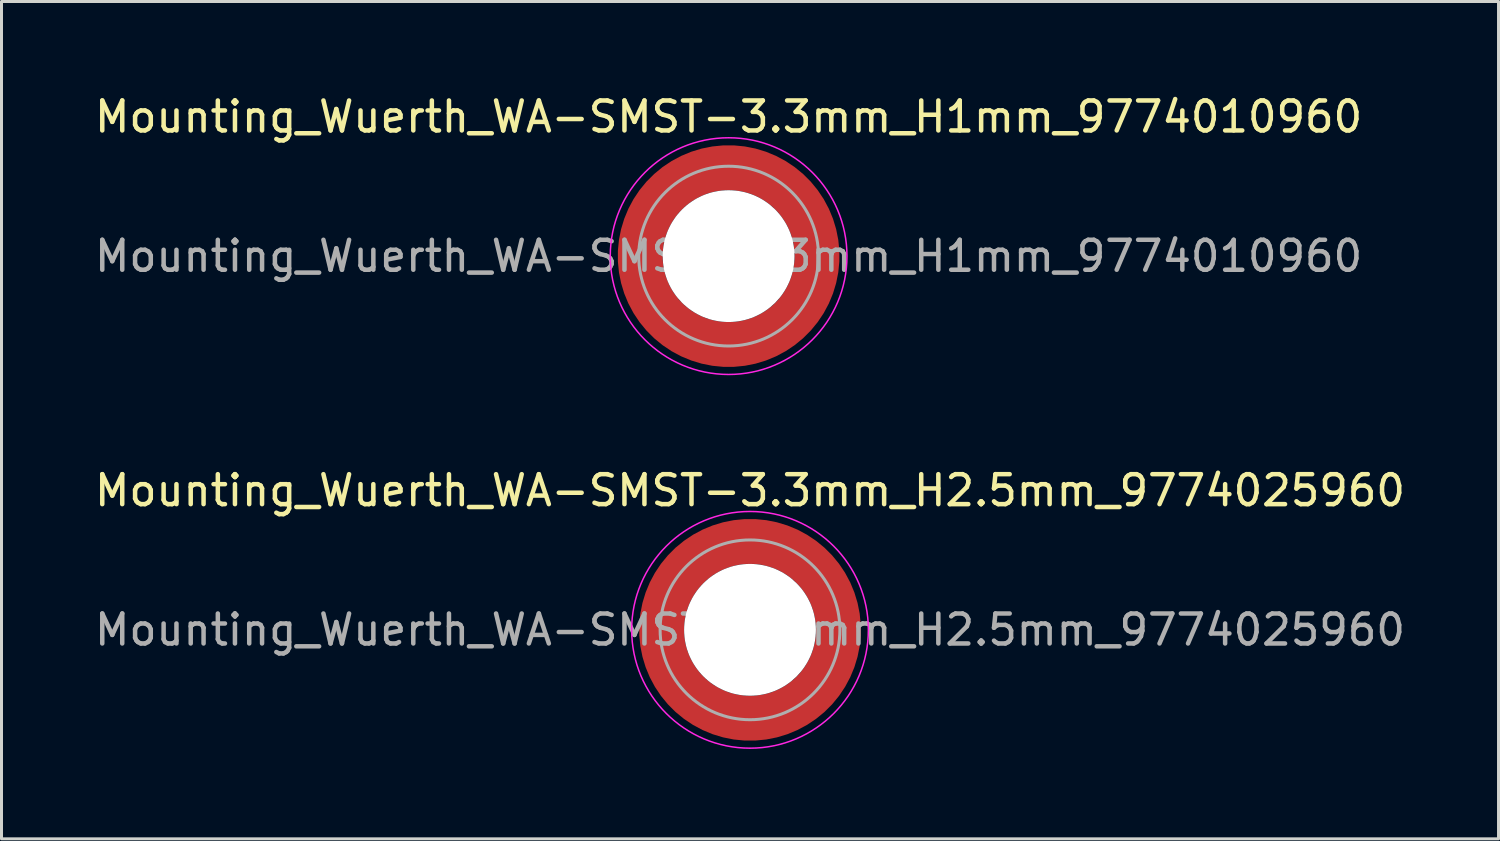
<source format=kicad_pcb>
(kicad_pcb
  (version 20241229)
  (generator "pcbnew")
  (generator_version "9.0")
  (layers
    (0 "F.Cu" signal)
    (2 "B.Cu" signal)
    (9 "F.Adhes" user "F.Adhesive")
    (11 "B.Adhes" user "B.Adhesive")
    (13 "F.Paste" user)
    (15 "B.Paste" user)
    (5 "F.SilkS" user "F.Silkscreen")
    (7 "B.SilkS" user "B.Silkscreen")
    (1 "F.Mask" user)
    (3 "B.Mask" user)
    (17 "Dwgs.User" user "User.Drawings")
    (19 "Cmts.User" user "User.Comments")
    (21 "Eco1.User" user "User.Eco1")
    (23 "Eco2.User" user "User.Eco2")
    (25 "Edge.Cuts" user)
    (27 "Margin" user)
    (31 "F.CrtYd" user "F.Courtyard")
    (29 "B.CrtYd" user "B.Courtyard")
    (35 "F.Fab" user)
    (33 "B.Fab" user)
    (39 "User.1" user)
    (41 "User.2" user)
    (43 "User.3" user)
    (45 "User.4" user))
  (footprint "Mounting_Wuerth_WA-SMST-3.3mm_H1mm_9774010960"
    (layer "F.Cu")
    (at 21.268 5.498)
    (property "Reference" "Mounting_Wuerth_WA-SMST-3.3mm_H1mm_9774010960" (at 0 -4.65 0) (layer "F.SilkS") (effects (font (size 1 1) (thickness 0.15))))
    (attr smd allow_soldermask_bridges)
    (fp_circle (center 0 0) (end 3.95 0) (stroke (width 0.05) (type solid)) (fill no) (layer "F.CrtYd"))
    (fp_circle (center 0 0) (end 3 0) (stroke (width 0.1) (type solid)) (fill no) (layer "F.Fab"))
    (fp_text user "${REFERENCE}" (at 0 0 0) (layer "F.Fab") (effects (font (size 1 1) (thickness 0.15))))
    (pad "" smd custom (at -2.058 -2.058) (size 0.55 0.55) (layers "F.Paste") (options (anchor circle)) (primitives (gr_arc (start -0.377294 1.707681) (mid 0.318198 0.318198) (end 1.707681 -0.377294) (width 0.2)) (gr_arc (start -0.478281 1.707681) (mid 0.247487 0.247487) (end 1.707681 -0.478281) (width 0.2)) (gr_arc (start -0.579192 1.707681) (mid 0.176777 0.176777) (end 1.707681 -0.579192) (width 0.2)) (gr_arc (start -0.680037 1.707681) (mid 0.106066 0.106066) (end 1.707681 -0.680037) (width 0.2)) (gr_arc (start -0.780822 1.707681) (mid 0.035355 0.035355) (end 1.707681 -0.780822) (width 0.2)) (gr_arc (start -0.881554 1.707681) (mid -0.035355 -0.035355) (end 1.707681 -0.881554) (width 0.2)) (gr_arc (start -0.982237 1.707681) (mid -0.106066 -0.106066) (end 1.707681 -0.982237) (width 0.2)) (gr_arc (start -1.082877 1.707681) (mid -0.176777 -0.176777) (end 1.707681 -1.082877) (width 0.2)) (gr_arc (start -1.183476 1.707681) (mid -0.247487 -0.247487) (end 1.707681 -1.183476) (width 0.2)) (gr_arc (start -1.28404 1.707681) (mid -0.318198 -0.318198) (end 1.707681 -1.28404) (width 0.2)) (gr_line (start 1.708 -0.377) (end 1.708 -1.284) (width 0.2)) (gr_line (start -0.377 1.708) (end -1.284 1.708) (width 0.2))))
    (pad "" smd custom (at -2.058 2.058) (size 0.55 0.55) (layers "F.Paste") (options (anchor circle)) (primitives (gr_arc (start 1.707681 0.377294) (mid 0.318198 -0.318198) (end -0.377294 -1.707681) (width 0.2)) (gr_arc (start 1.707681 0.478281) (mid 0.247487 -0.247487) (end -0.478281 -1.707681) (width 0.2)) (gr_arc (start 1.707681 0.579192) (mid 0.176777 -0.176777) (end -0.579192 -1.707681) (width 0.2)) (gr_arc (start 1.707681 0.680037) (mid 0.106066 -0.106066) (end -0.680037 -1.707681) (width 0.2)) (gr_arc (start 1.707681 0.780822) (mid 0.035355 -0.035355) (end -0.780822 -1.707681) (width 0.2)) (gr_arc (start 1.707681 0.881554) (mid -0.035355 0.035355) (end -0.881554 -1.707681) (width 0.2)) (gr_arc (start 1.707681 0.982237) (mid -0.106066 0.106066) (end -0.982237 -1.707681) (width 0.2)) (gr_arc (start 1.707681 1.082877) (mid -0.176777 0.176777) (end -1.082877 -1.707681) (width 0.2)) (gr_arc (start 1.707681 1.183476) (mid -0.247487 0.247487) (end -1.183476 -1.707681) (width 0.2)) (gr_arc (start 1.707681 1.28404) (mid -0.318198 0.318198) (end -1.28404 -1.707681) (width 0.2)) (gr_line (start -0.377 -1.708) (end -1.284 -1.708) (width 0.2)) (gr_line (start 1.708 0.377) (end 1.708 1.284) (width 0.2))))
    (pad "" np_thru_hole circle (at 0 0) (size 4.4 4.4) (drill 4.4) (layers "*.Cu" "*.Mask"))
    (pad "" smd custom (at 2.058 -2.058) (size 0.55 0.55) (layers "F.Paste") (options (anchor circle)) (primitives (gr_arc (start -1.707681 -0.377294) (mid -0.318198 0.318198) (end 0.377294 1.707681) (width 0.2)) (gr_arc (start -1.707681 -0.478281) (mid -0.247487 0.247487) (end 0.478281 1.707681) (width 0.2)) (gr_arc (start -1.707681 -0.579192) (mid -0.176777 0.176777) (end 0.579192 1.707681) (width 0.2)) (gr_arc (start -1.707681 -0.680037) (mid -0.106066 0.106066) (end 0.680037 1.707681) (width 0.2)) (gr_arc (start -1.707681 -0.780822) (mid -0.035355 0.035355) (end 0.780822 1.707681) (width 0.2)) (gr_arc (start -1.707681 -0.881554) (mid 0.035355 -0.035355) (end 0.881554 1.707681) (width 0.2)) (gr_arc (start -1.707681 -0.982237) (mid 0.106066 -0.106066) (end 0.982237 1.707681) (width 0.2)) (gr_arc (start -1.707681 -1.082877) (mid 0.176777 -0.176777) (end 1.082877 1.707681) (width 0.2)) (gr_arc (start -1.707681 -1.183476) (mid 0.247487 -0.247487) (end 1.183476 1.707681) (width 0.2)) (gr_arc (start -1.707681 -1.28404) (mid 0.318198 -0.318198) (end 1.28404 1.707681) (width 0.2)) (gr_line (start 0.377 1.708) (end 1.284 1.708) (width 0.2)) (gr_line (start -1.708 -0.377) (end -1.708 -1.284) (width 0.2))))
    (pad "" smd custom (at 2.058 2.058) (size 0.55 0.55) (layers "F.Paste") (options (anchor circle)) (primitives (gr_arc (start 0.377294 -1.707681) (mid -0.318198 -0.318198) (end -1.707681 0.377294) (width 0.2)) (gr_arc (start 0.478281 -1.707681) (mid -0.247487 -0.247487) (end -1.707681 0.478281) (width 0.2)) (gr_arc (start 0.579192 -1.707681) (mid -0.176777 -0.176777) (end -1.707681 0.579192) (width 0.2)) (gr_arc (start 0.680037 -1.707681) (mid -0.106066 -0.106066) (end -1.707681 0.680037) (width 0.2)) (gr_arc (start 0.780822 -1.707681) (mid -0.035355 -0.035355) (end -1.707681 0.780822) (width 0.2)) (gr_arc (start 0.881554 -1.707681) (mid 0.035355 0.035355) (end -1.707681 0.881554) (width 0.2)) (gr_arc (start 0.982237 -1.707681) (mid 0.106066 0.106066) (end -1.707681 0.982237) (width 0.2)) (gr_arc (start 1.082877 -1.707681) (mid 0.176777 0.176777) (end -1.707681 1.082877) (width 0.2)) (gr_arc (start 1.183476 -1.707681) (mid 0.247487 0.247487) (end -1.707681 1.183476) (width 0.2)) (gr_arc (start 1.28404 -1.707681) (mid 0.318198 0.318198) (end -1.707681 1.28404) (width 0.2)) (gr_line (start -1.708 0.377) (end -1.708 1.284) (width 0.2)) (gr_line (start 0.377 -1.708) (end 1.284 -1.708) (width 0.2))))
    (pad "1" smd circle (at -2.95 0) (size 0.992 0.992) (layers "F.Cu"))
    (pad "1" smd circle (at 0 -2.95) (size 0.992 0.992) (layers "F.Cu"))
    (pad "1" smd circle (at 0 2.95) (size 0.992 0.992) (layers "F.Cu"))
    (pad "1" smd custom (at 2.95 0) (size 1.5 1.5) (layers "F.Cu" "F.Mask") (options (anchor circle)) (primitives (gr_circle (center -2.95 0) (end 0 0) (width 1.5) (fill no)))))
  (footprint "Mounting_Wuerth_WA-SMST-3.3mm_H2.5mm_9774025960"
    (layer "F.Cu")
    (at 21.982 17.971)
    (property "Reference" "Mounting_Wuerth_WA-SMST-3.3mm_H2.5mm_9774025960" (at 0 -4.65 0) (layer "F.SilkS") (effects (font (size 1 1) (thickness 0.15))))
    (attr smd allow_soldermask_bridges)
    (fp_circle (center 0 0) (end 3.95 0) (stroke (width 0.05) (type solid)) (fill no) (layer "F.CrtYd"))
    (fp_circle (center 0 0) (end 3 0) (stroke (width 0.1) (type solid)) (fill no) (layer "F.Fab"))
    (fp_text user "${REFERENCE}" (at 0 0 0) (layer "F.Fab") (effects (font (size 1 1) (thickness 0.15))))
    (pad "" smd custom (at -2.058 -2.058) (size 0.55 0.55) (layers "F.Paste") (options (anchor circle)) (primitives (gr_arc (start -0.377294 1.707681) (mid 0.318198 0.318198) (end 1.707681 -0.377294) (width 0.2)) (gr_arc (start -0.478281 1.707681) (mid 0.247487 0.247487) (end 1.707681 -0.478281) (width 0.2)) (gr_arc (start -0.579192 1.707681) (mid 0.176777 0.176777) (end 1.707681 -0.579192) (width 0.2)) (gr_arc (start -0.680037 1.707681) (mid 0.106066 0.106066) (end 1.707681 -0.680037) (width 0.2)) (gr_arc (start -0.780822 1.707681) (mid 0.035355 0.035355) (end 1.707681 -0.780822) (width 0.2)) (gr_arc (start -0.881554 1.707681) (mid -0.035355 -0.035355) (end 1.707681 -0.881554) (width 0.2)) (gr_arc (start -0.982237 1.707681) (mid -0.106066 -0.106066) (end 1.707681 -0.982237) (width 0.2)) (gr_arc (start -1.082877 1.707681) (mid -0.176777 -0.176777) (end 1.707681 -1.082877) (width 0.2)) (gr_arc (start -1.183476 1.707681) (mid -0.247487 -0.247487) (end 1.707681 -1.183476) (width 0.2)) (gr_arc (start -1.28404 1.707681) (mid -0.318198 -0.318198) (end 1.707681 -1.28404) (width 0.2)) (gr_line (start 1.708 -0.377) (end 1.708 -1.284) (width 0.2)) (gr_line (start -0.377 1.708) (end -1.284 1.708) (width 0.2))))
    (pad "" smd custom (at -2.058 2.058) (size 0.55 0.55) (layers "F.Paste") (options (anchor circle)) (primitives (gr_arc (start 1.707681 0.377294) (mid 0.318198 -0.318198) (end -0.377294 -1.707681) (width 0.2)) (gr_arc (start 1.707681 0.478281) (mid 0.247487 -0.247487) (end -0.478281 -1.707681) (width 0.2)) (gr_arc (start 1.707681 0.579192) (mid 0.176777 -0.176777) (end -0.579192 -1.707681) (width 0.2)) (gr_arc (start 1.707681 0.680037) (mid 0.106066 -0.106066) (end -0.680037 -1.707681) (width 0.2)) (gr_arc (start 1.707681 0.780822) (mid 0.035355 -0.035355) (end -0.780822 -1.707681) (width 0.2)) (gr_arc (start 1.707681 0.881554) (mid -0.035355 0.035355) (end -0.881554 -1.707681) (width 0.2)) (gr_arc (start 1.707681 0.982237) (mid -0.106066 0.106066) (end -0.982237 -1.707681) (width 0.2)) (gr_arc (start 1.707681 1.082877) (mid -0.176777 0.176777) (end -1.082877 -1.707681) (width 0.2)) (gr_arc (start 1.707681 1.183476) (mid -0.247487 0.247487) (end -1.183476 -1.707681) (width 0.2)) (gr_arc (start 1.707681 1.28404) (mid -0.318198 0.318198) (end -1.28404 -1.707681) (width 0.2)) (gr_line (start -0.377 -1.708) (end -1.284 -1.708) (width 0.2)) (gr_line (start 1.708 0.377) (end 1.708 1.284) (width 0.2))))
    (pad "" np_thru_hole circle (at 0 0) (size 4.4 4.4) (drill 4.4) (layers "*.Cu" "*.Mask"))
    (pad "" smd custom (at 2.058 -2.058) (size 0.55 0.55) (layers "F.Paste") (options (anchor circle)) (primitives (gr_arc (start -1.707681 -0.377294) (mid -0.318198 0.318198) (end 0.377294 1.707681) (width 0.2)) (gr_arc (start -1.707681 -0.478281) (mid -0.247487 0.247487) (end 0.478281 1.707681) (width 0.2)) (gr_arc (start -1.707681 -0.579192) (mid -0.176777 0.176777) (end 0.579192 1.707681) (width 0.2)) (gr_arc (start -1.707681 -0.680037) (mid -0.106066 0.106066) (end 0.680037 1.707681) (width 0.2)) (gr_arc (start -1.707681 -0.780822) (mid -0.035355 0.035355) (end 0.780822 1.707681) (width 0.2)) (gr_arc (start -1.707681 -0.881554) (mid 0.035355 -0.035355) (end 0.881554 1.707681) (width 0.2)) (gr_arc (start -1.707681 -0.982237) (mid 0.106066 -0.106066) (end 0.982237 1.707681) (width 0.2)) (gr_arc (start -1.707681 -1.082877) (mid 0.176777 -0.176777) (end 1.082877 1.707681) (width 0.2)) (gr_arc (start -1.707681 -1.183476) (mid 0.247487 -0.247487) (end 1.183476 1.707681) (width 0.2)) (gr_arc (start -1.707681 -1.28404) (mid 0.318198 -0.318198) (end 1.28404 1.707681) (width 0.2)) (gr_line (start 0.377 1.708) (end 1.284 1.708) (width 0.2)) (gr_line (start -1.708 -0.377) (end -1.708 -1.284) (width 0.2))))
    (pad "" smd custom (at 2.058 2.058) (size 0.55 0.55) (layers "F.Paste") (options (anchor circle)) (primitives (gr_arc (start 0.377294 -1.707681) (mid -0.318198 -0.318198) (end -1.707681 0.377294) (width 0.2)) (gr_arc (start 0.478281 -1.707681) (mid -0.247487 -0.247487) (end -1.707681 0.478281) (width 0.2)) (gr_arc (start 0.579192 -1.707681) (mid -0.176777 -0.176777) (end -1.707681 0.579192) (width 0.2)) (gr_arc (start 0.680037 -1.707681) (mid -0.106066 -0.106066) (end -1.707681 0.680037) (width 0.2)) (gr_arc (start 0.780822 -1.707681) (mid -0.035355 -0.035355) (end -1.707681 0.780822) (width 0.2)) (gr_arc (start 0.881554 -1.707681) (mid 0.035355 0.035355) (end -1.707681 0.881554) (width 0.2)) (gr_arc (start 0.982237 -1.707681) (mid 0.106066 0.106066) (end -1.707681 0.982237) (width 0.2)) (gr_arc (start 1.082877 -1.707681) (mid 0.176777 0.176777) (end -1.707681 1.082877) (width 0.2)) (gr_arc (start 1.183476 -1.707681) (mid 0.247487 0.247487) (end -1.707681 1.183476) (width 0.2)) (gr_arc (start 1.28404 -1.707681) (mid 0.318198 0.318198) (end -1.707681 1.28404) (width 0.2)) (gr_line (start -1.708 0.377) (end -1.708 1.284) (width 0.2)) (gr_line (start 0.377 -1.708) (end 1.284 -1.708) (width 0.2))))
    (pad "1" smd circle (at -2.95 0) (size 0.992 0.992) (layers "F.Cu"))
    (pad "1" smd circle (at 0 -2.95) (size 0.992 0.992) (layers "F.Cu"))
    (pad "1" smd circle (at 0 2.95) (size 0.992 0.992) (layers "F.Cu"))
    (pad "1" smd custom (at 2.95 0) (size 1.5 1.5) (layers "F.Cu" "F.Mask") (options (anchor circle)) (primitives (gr_circle (center -2.95 0) (end 0 0) (width 1.5) (fill no)))))
  (gr_rect
    (start -3 -3)
    (end 46.964 24.947)
    (stroke (width 0.1) (type default))
    (fill no)
    (layer "Edge.Cuts")))
</source>
